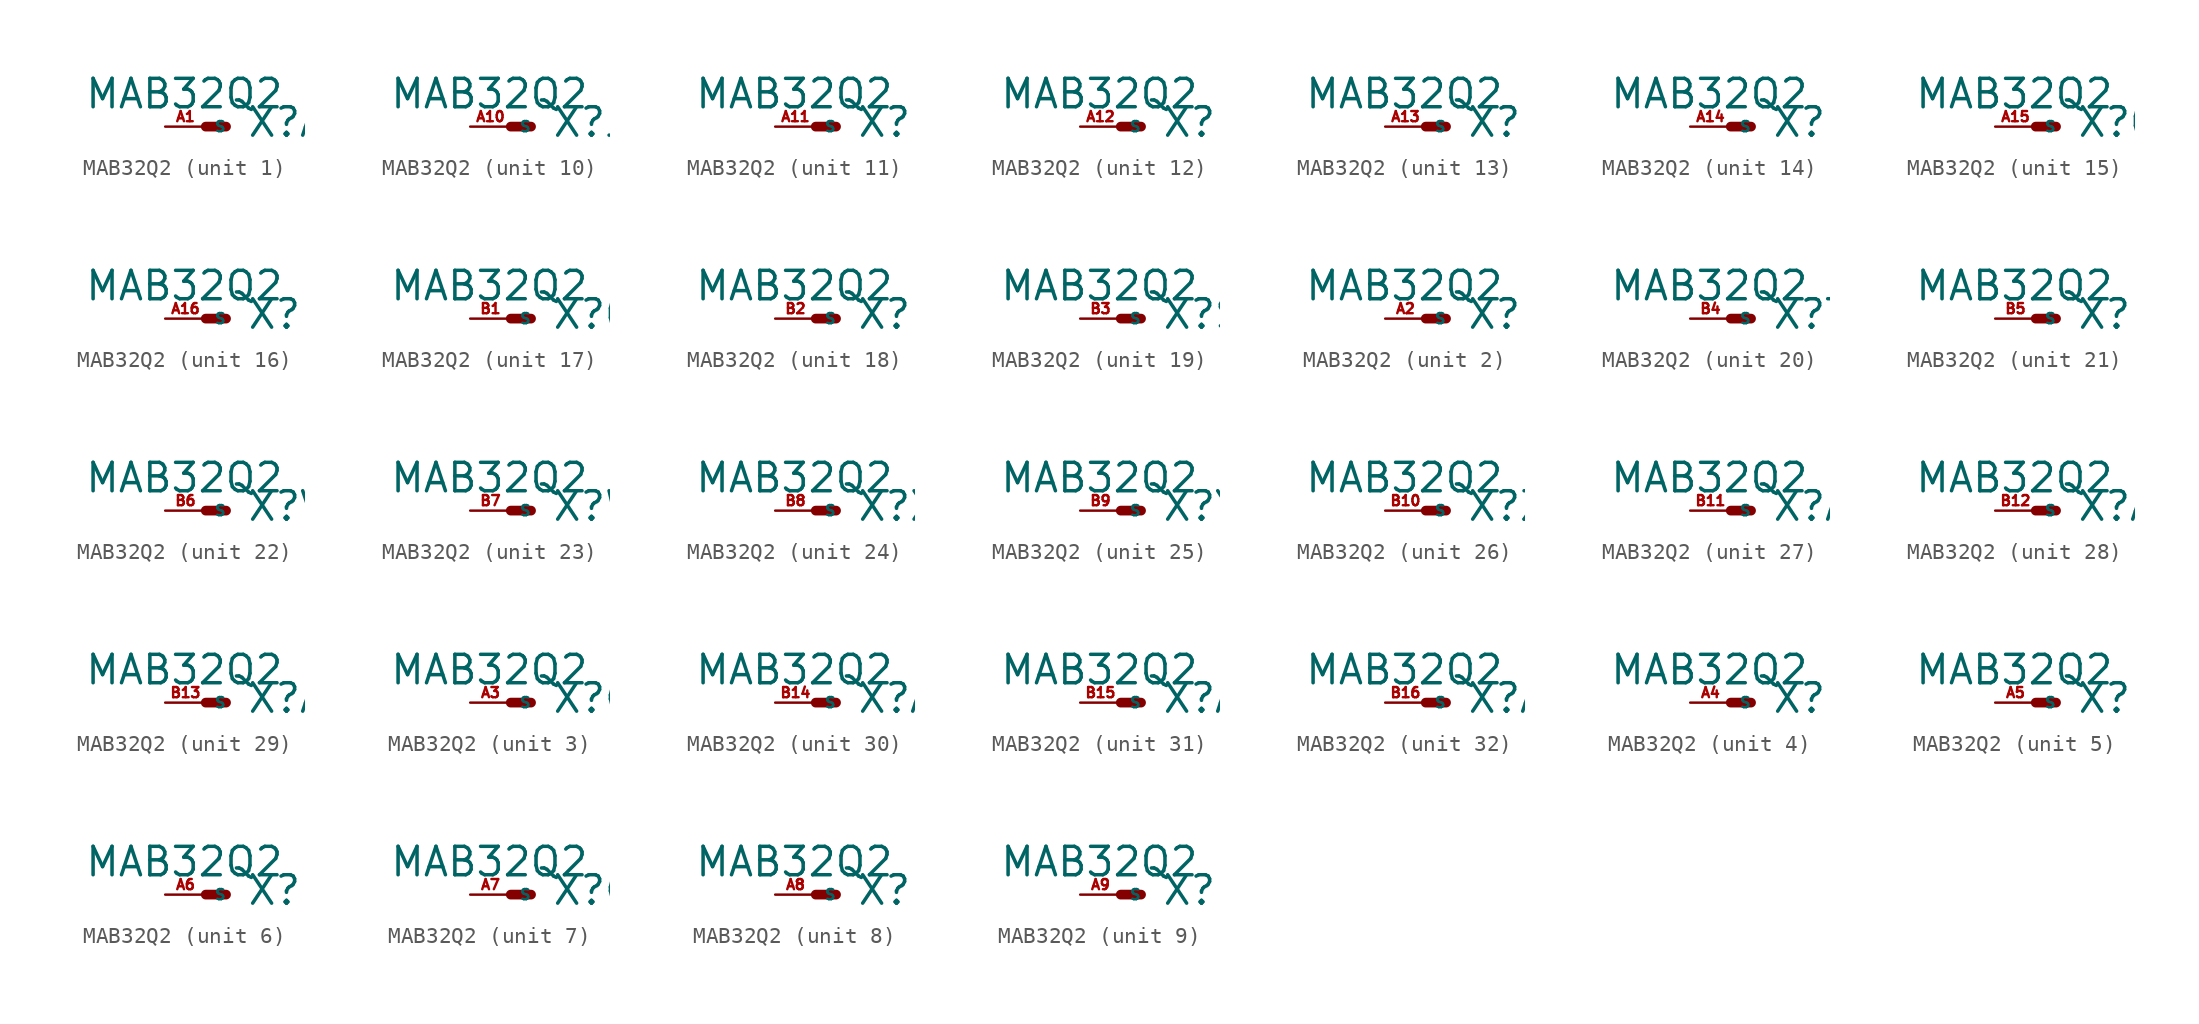
<source format=kicad_sym>
(kicad_symbol_lib
  (version 20220914)
  (generator Eagle2Kicad)
  (symbol "MAB32Q2"
    (property "Reference" "X"
      (at 2.54 -0.762 0)
      (effects (font (size 1.778 1.778) (thickness 0.22)) (justify left bottom)))
    (property "Value" "MAB32Q2"
      (at -7.62 1.016 0)
      (effects (font (size 1.778 1.778) (thickness 0.22)) (justify left bottom)))
    (symbol "MAB32Q2_1_0"
      (polyline (pts (xy 0 0) (xy 1.27 0)) (stroke (width 0.61) (type default)) (fill (type none)))
      (pin passive line (at -2.54 0 0) (length 2.54) (name "S" (effects (font (size 0.635 0.635) (thickness 0.08)) (justify left bottom))) (number "A1" (effects (font (size 0.635 0.635) (thickness 0.08)) (justify left bottom)))))
    (symbol "MAB32Q2_2_0"
      (polyline (pts (xy 0 0) (xy 1.27 0)) (stroke (width 0.61) (type default)) (fill (type none)))
      (pin passive line (at -2.54 0 0) (length 2.54) (name "S" (effects (font (size 0.635 0.635) (thickness 0.08)) (justify left bottom))) (number "A2" (effects (font (size 0.635 0.635) (thickness 0.08)) (justify left bottom)))))
    (symbol "MAB32Q2_3_0"
      (polyline (pts (xy 0 0) (xy 1.27 0)) (stroke (width 0.61) (type default)) (fill (type none)))
      (pin passive line (at -2.54 0 0) (length 2.54) (name "S" (effects (font (size 0.635 0.635) (thickness 0.08)) (justify left bottom))) (number "A3" (effects (font (size 0.635 0.635) (thickness 0.08)) (justify left bottom)))))
    (symbol "MAB32Q2_4_0"
      (polyline (pts (xy 0 0) (xy 1.27 0)) (stroke (width 0.61) (type default)) (fill (type none)))
      (pin passive line (at -2.54 0 0) (length 2.54) (name "S" (effects (font (size 0.635 0.635) (thickness 0.08)) (justify left bottom))) (number "A4" (effects (font (size 0.635 0.635) (thickness 0.08)) (justify left bottom)))))
    (symbol "MAB32Q2_5_0"
      (polyline (pts (xy 0 0) (xy 1.27 0)) (stroke (width 0.61) (type default)) (fill (type none)))
      (pin passive line (at -2.54 0 0) (length 2.54) (name "S" (effects (font (size 0.635 0.635) (thickness 0.08)) (justify left bottom))) (number "A5" (effects (font (size 0.635 0.635) (thickness 0.08)) (justify left bottom)))))
    (symbol "MAB32Q2_6_0"
      (polyline (pts (xy 0 0) (xy 1.27 0)) (stroke (width 0.61) (type default)) (fill (type none)))
      (pin passive line (at -2.54 0 0) (length 2.54) (name "S" (effects (font (size 0.635 0.635) (thickness 0.08)) (justify left bottom))) (number "A6" (effects (font (size 0.635 0.635) (thickness 0.08)) (justify left bottom)))))
    (symbol "MAB32Q2_7_0"
      (polyline (pts (xy 0 0) (xy 1.27 0)) (stroke (width 0.61) (type default)) (fill (type none)))
      (pin passive line (at -2.54 0 0) (length 2.54) (name "S" (effects (font (size 0.635 0.635) (thickness 0.08)) (justify left bottom))) (number "A7" (effects (font (size 0.635 0.635) (thickness 0.08)) (justify left bottom)))))
    (symbol "MAB32Q2_8_0"
      (polyline (pts (xy 0 0) (xy 1.27 0)) (stroke (width 0.61) (type default)) (fill (type none)))
      (pin passive line (at -2.54 0 0) (length 2.54) (name "S" (effects (font (size 0.635 0.635) (thickness 0.08)) (justify left bottom))) (number "A8" (effects (font (size 0.635 0.635) (thickness 0.08)) (justify left bottom)))))
    (symbol "MAB32Q2_9_0"
      (polyline (pts (xy 0 0) (xy 1.27 0)) (stroke (width 0.61) (type default)) (fill (type none)))
      (pin passive line (at -2.54 0 0) (length 2.54) (name "S" (effects (font (size 0.635 0.635) (thickness 0.08)) (justify left bottom))) (number "A9" (effects (font (size 0.635 0.635) (thickness 0.08)) (justify left bottom)))))
    (symbol "MAB32Q2_10_0"
      (polyline (pts (xy 0 0) (xy 1.27 0)) (stroke (width 0.61) (type default)) (fill (type none)))
      (pin passive line (at -2.54 0 0) (length 2.54) (name "S" (effects (font (size 0.635 0.635) (thickness 0.08)) (justify left bottom))) (number "A10" (effects (font (size 0.635 0.635) (thickness 0.08)) (justify left bottom)))))
    (symbol "MAB32Q2_11_0"
      (polyline (pts (xy 0 0) (xy 1.27 0)) (stroke (width 0.61) (type default)) (fill (type none)))
      (pin passive line (at -2.54 0 0) (length 2.54) (name "S" (effects (font (size 0.635 0.635) (thickness 0.08)) (justify left bottom))) (number "A11" (effects (font (size 0.635 0.635) (thickness 0.08)) (justify left bottom)))))
    (symbol "MAB32Q2_12_0"
      (polyline (pts (xy 0 0) (xy 1.27 0)) (stroke (width 0.61) (type default)) (fill (type none)))
      (pin passive line (at -2.54 0 0) (length 2.54) (name "S" (effects (font (size 0.635 0.635) (thickness 0.08)) (justify left bottom))) (number "A12" (effects (font (size 0.635 0.635) (thickness 0.08)) (justify left bottom)))))
    (symbol "MAB32Q2_13_0"
      (polyline (pts (xy 0 0) (xy 1.27 0)) (stroke (width 0.61) (type default)) (fill (type none)))
      (pin passive line (at -2.54 0 0) (length 2.54) (name "S" (effects (font (size 0.635 0.635) (thickness 0.08)) (justify left bottom))) (number "A13" (effects (font (size 0.635 0.635) (thickness 0.08)) (justify left bottom)))))
    (symbol "MAB32Q2_14_0"
      (polyline (pts (xy 0 0) (xy 1.27 0)) (stroke (width 0.61) (type default)) (fill (type none)))
      (pin passive line (at -2.54 0 0) (length 2.54) (name "S" (effects (font (size 0.635 0.635) (thickness 0.08)) (justify left bottom))) (number "A14" (effects (font (size 0.635 0.635) (thickness 0.08)) (justify left bottom)))))
    (symbol "MAB32Q2_15_0"
      (polyline (pts (xy 0 0) (xy 1.27 0)) (stroke (width 0.61) (type default)) (fill (type none)))
      (pin passive line (at -2.54 0 0) (length 2.54) (name "S" (effects (font (size 0.635 0.635) (thickness 0.08)) (justify left bottom))) (number "A15" (effects (font (size 0.635 0.635) (thickness 0.08)) (justify left bottom)))))
    (symbol "MAB32Q2_16_0"
      (polyline (pts (xy 0 0) (xy 1.27 0)) (stroke (width 0.61) (type default)) (fill (type none)))
      (pin passive line (at -2.54 0 0) (length 2.54) (name "S" (effects (font (size 0.635 0.635) (thickness 0.08)) (justify left bottom))) (number "A16" (effects (font (size 0.635 0.635) (thickness 0.08)) (justify left bottom)))))
    (symbol "MAB32Q2_17_0"
      (polyline (pts (xy 0 0) (xy 1.27 0)) (stroke (width 0.61) (type default)) (fill (type none)))
      (pin passive line (at -2.54 0 0) (length 2.54) (name "S" (effects (font (size 0.635 0.635) (thickness 0.08)) (justify left bottom))) (number "B1" (effects (font (size 0.635 0.635) (thickness 0.08)) (justify left bottom)))))
    (symbol "MAB32Q2_18_0"
      (polyline (pts (xy 0 0) (xy 1.27 0)) (stroke (width 0.61) (type default)) (fill (type none)))
      (pin passive line (at -2.54 0 0) (length 2.54) (name "S" (effects (font (size 0.635 0.635) (thickness 0.08)) (justify left bottom))) (number "B2" (effects (font (size 0.635 0.635) (thickness 0.08)) (justify left bottom)))))
    (symbol "MAB32Q2_19_0"
      (polyline (pts (xy 0 0) (xy 1.27 0)) (stroke (width 0.61) (type default)) (fill (type none)))
      (pin passive line (at -2.54 0 0) (length 2.54) (name "S" (effects (font (size 0.635 0.635) (thickness 0.08)) (justify left bottom))) (number "B3" (effects (font (size 0.635 0.635) (thickness 0.08)) (justify left bottom)))))
    (symbol "MAB32Q2_20_0"
      (polyline (pts (xy 0 0) (xy 1.27 0)) (stroke (width 0.61) (type default)) (fill (type none)))
      (pin passive line (at -2.54 0 0) (length 2.54) (name "S" (effects (font (size 0.635 0.635) (thickness 0.08)) (justify left bottom))) (number "B4" (effects (font (size 0.635 0.635) (thickness 0.08)) (justify left bottom)))))
    (symbol "MAB32Q2_21_0"
      (polyline (pts (xy 0 0) (xy 1.27 0)) (stroke (width 0.61) (type default)) (fill (type none)))
      (pin passive line (at -2.54 0 0) (length 2.54) (name "S" (effects (font (size 0.635 0.635) (thickness 0.08)) (justify left bottom))) (number "B5" (effects (font (size 0.635 0.635) (thickness 0.08)) (justify left bottom)))))
    (symbol "MAB32Q2_22_0"
      (polyline (pts (xy 0 0) (xy 1.27 0)) (stroke (width 0.61) (type default)) (fill (type none)))
      (pin passive line (at -2.54 0 0) (length 2.54) (name "S" (effects (font (size 0.635 0.635) (thickness 0.08)) (justify left bottom))) (number "B6" (effects (font (size 0.635 0.635) (thickness 0.08)) (justify left bottom)))))
    (symbol "MAB32Q2_23_0"
      (polyline (pts (xy 0 0) (xy 1.27 0)) (stroke (width 0.61) (type default)) (fill (type none)))
      (pin passive line (at -2.54 0 0) (length 2.54) (name "S" (effects (font (size 0.635 0.635) (thickness 0.08)) (justify left bottom))) (number "B7" (effects (font (size 0.635 0.635) (thickness 0.08)) (justify left bottom)))))
    (symbol "MAB32Q2_24_0"
      (polyline (pts (xy 0 0) (xy 1.27 0)) (stroke (width 0.61) (type default)) (fill (type none)))
      (pin passive line (at -2.54 0 0) (length 2.54) (name "S" (effects (font (size 0.635 0.635) (thickness 0.08)) (justify left bottom))) (number "B8" (effects (font (size 0.635 0.635) (thickness 0.08)) (justify left bottom)))))
    (symbol "MAB32Q2_25_0"
      (polyline (pts (xy 0 0) (xy 1.27 0)) (stroke (width 0.61) (type default)) (fill (type none)))
      (pin passive line (at -2.54 0 0) (length 2.54) (name "S" (effects (font (size 0.635 0.635) (thickness 0.08)) (justify left bottom))) (number "B9" (effects (font (size 0.635 0.635) (thickness 0.08)) (justify left bottom)))))
    (symbol "MAB32Q2_26_0"
      (polyline (pts (xy 0 0) (xy 1.27 0)) (stroke (width 0.61) (type default)) (fill (type none)))
      (pin passive line (at -2.54 0 0) (length 2.54) (name "S" (effects (font (size 0.635 0.635) (thickness 0.08)) (justify left bottom))) (number "B10" (effects (font (size 0.635 0.635) (thickness 0.08)) (justify left bottom)))))
    (symbol "MAB32Q2_27_0"
      (polyline (pts (xy 0 0) (xy 1.27 0)) (stroke (width 0.61) (type default)) (fill (type none)))
      (pin passive line (at -2.54 0 0) (length 2.54) (name "S" (effects (font (size 0.635 0.635) (thickness 0.08)) (justify left bottom))) (number "B11" (effects (font (size 0.635 0.635) (thickness 0.08)) (justify left bottom)))))
    (symbol "MAB32Q2_28_0"
      (polyline (pts (xy 0 0) (xy 1.27 0)) (stroke (width 0.61) (type default)) (fill (type none)))
      (pin passive line (at -2.54 0 0) (length 2.54) (name "S" (effects (font (size 0.635 0.635) (thickness 0.08)) (justify left bottom))) (number "B12" (effects (font (size 0.635 0.635) (thickness 0.08)) (justify left bottom)))))
    (symbol "MAB32Q2_29_0"
      (polyline (pts (xy 0 0) (xy 1.27 0)) (stroke (width 0.61) (type default)) (fill (type none)))
      (pin passive line (at -2.54 0 0) (length 2.54) (name "S" (effects (font (size 0.635 0.635) (thickness 0.08)) (justify left bottom))) (number "B13" (effects (font (size 0.635 0.635) (thickness 0.08)) (justify left bottom)))))
    (symbol "MAB32Q2_30_0"
      (polyline (pts (xy 0 0) (xy 1.27 0)) (stroke (width 0.61) (type default)) (fill (type none)))
      (pin passive line (at -2.54 0 0) (length 2.54) (name "S" (effects (font (size 0.635 0.635) (thickness 0.08)) (justify left bottom))) (number "B14" (effects (font (size 0.635 0.635) (thickness 0.08)) (justify left bottom)))))
    (symbol "MAB32Q2_31_0"
      (polyline (pts (xy 0 0) (xy 1.27 0)) (stroke (width 0.61) (type default)) (fill (type none)))
      (pin passive line (at -2.54 0 0) (length 2.54) (name "S" (effects (font (size 0.635 0.635) (thickness 0.08)) (justify left bottom))) (number "B15" (effects (font (size 0.635 0.635) (thickness 0.08)) (justify left bottom)))))
    (symbol "MAB32Q2_32_0"
      (polyline (pts (xy 0 0) (xy 1.27 0)) (stroke (width 0.61) (type default)) (fill (type none)))
      (pin passive line (at -2.54 0 0) (length 2.54) (name "S" (effects (font (size 0.635 0.635) (thickness 0.08)) (justify left bottom))) (number "B16" (effects (font (size 0.635 0.635) (thickness 0.08)) (justify left bottom)))))))
</source>
